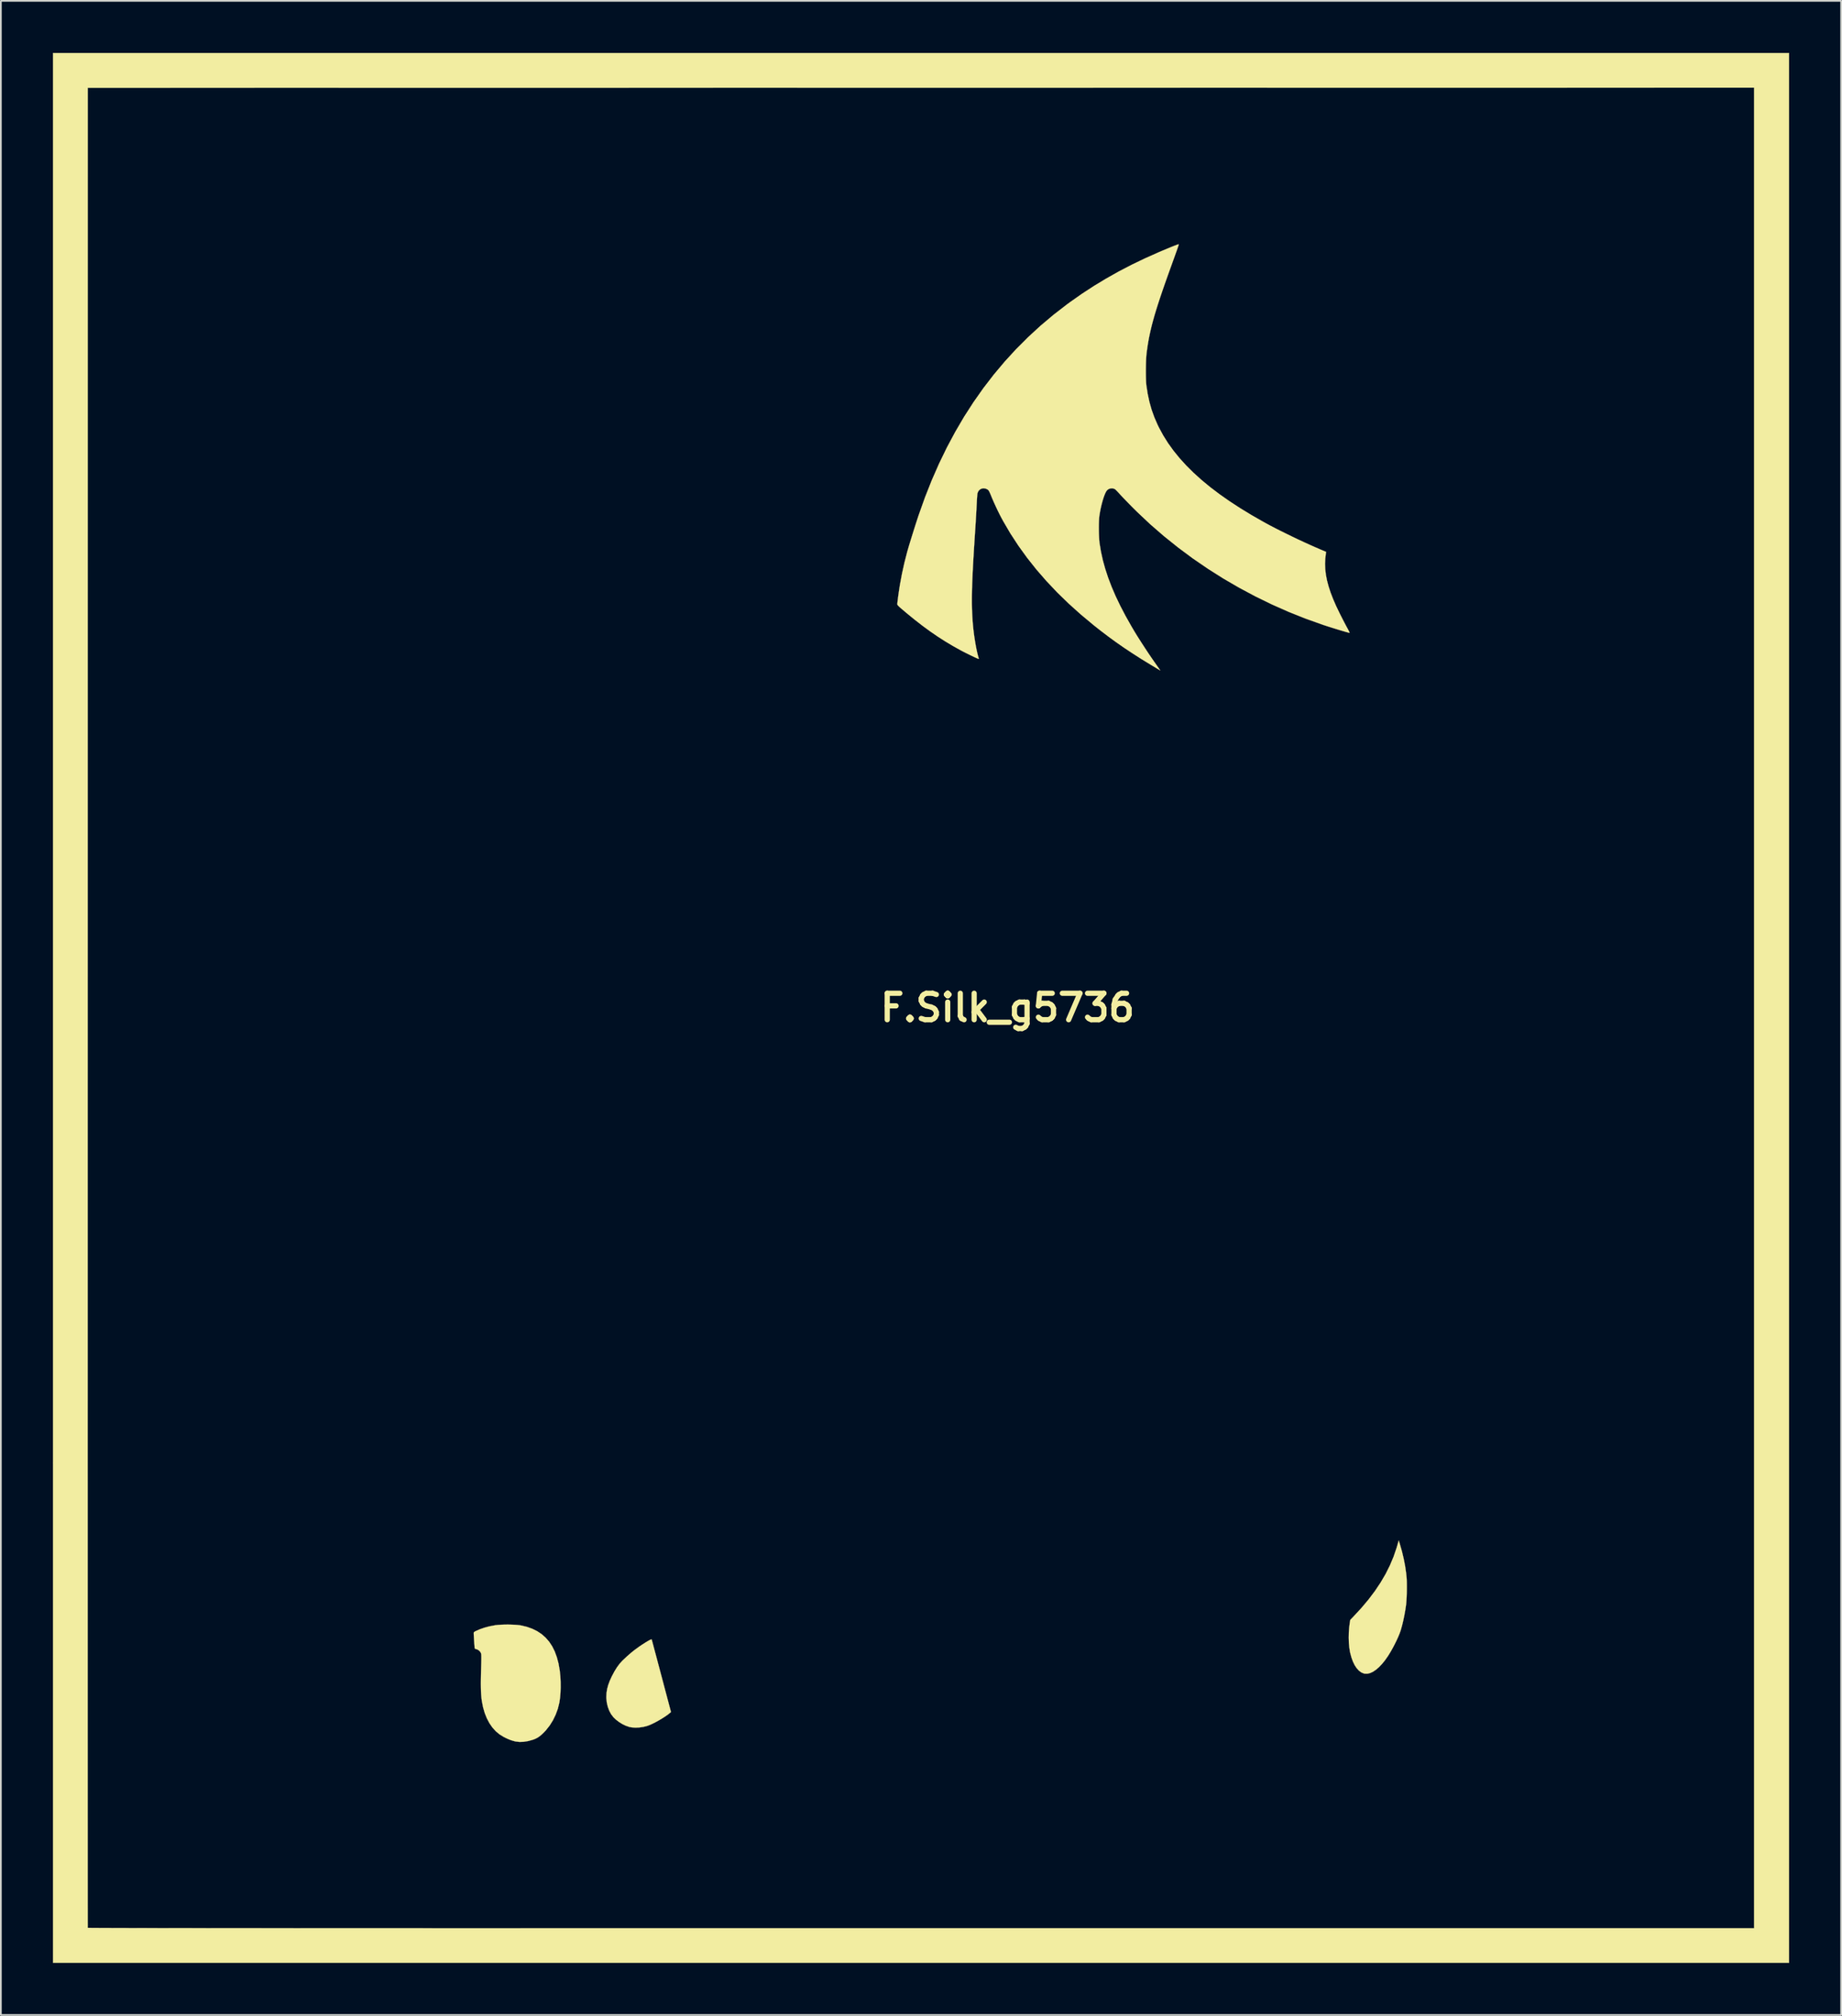
<source format=kicad_pcb>
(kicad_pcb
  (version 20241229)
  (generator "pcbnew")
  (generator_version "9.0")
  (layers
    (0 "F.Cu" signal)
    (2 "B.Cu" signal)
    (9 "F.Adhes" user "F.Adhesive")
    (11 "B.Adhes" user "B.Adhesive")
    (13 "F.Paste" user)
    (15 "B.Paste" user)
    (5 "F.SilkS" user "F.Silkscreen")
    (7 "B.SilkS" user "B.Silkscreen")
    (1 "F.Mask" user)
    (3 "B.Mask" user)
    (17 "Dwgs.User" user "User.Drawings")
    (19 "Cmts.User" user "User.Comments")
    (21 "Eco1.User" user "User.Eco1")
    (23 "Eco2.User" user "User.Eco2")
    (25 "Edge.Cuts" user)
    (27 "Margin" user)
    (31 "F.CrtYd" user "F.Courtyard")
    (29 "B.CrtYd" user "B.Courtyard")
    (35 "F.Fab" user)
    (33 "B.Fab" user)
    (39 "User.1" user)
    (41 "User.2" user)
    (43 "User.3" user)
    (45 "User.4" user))
  (footprint "F.Silk_g5736"
    (layer "F.Cu")
    (at 54.996 54.996)
    (property "Reference" "F.Silk_g5736" (at 0 0 0) (layer "F.SilkS") (effects (font (size 1.524 1.524) (thickness 0.3))))
    (attr through_hole)
    (fp_poly (pts (xy -20.501 36.39) (xy -20.494 36.414) (xy -20.477 36.476) (xy -20.451 36.573) (xy -20.416 36.703) (xy -20.374 36.863) (xy -20.324 37.05) (xy -20.267 37.261) (xy -20.205 37.494) (xy -20.139 37.746) (xy -20.067 38.013) (xy -19.993 38.294) (xy -19.94 38.492) (xy -19.39 40.566) (xy -19.458 40.625) (xy -19.578 40.721) (xy -19.728 40.825) (xy -19.899 40.934) (xy -20.081 41.042) (xy -20.266 41.144) (xy -20.444 41.235) (xy -20.607 41.309) (xy -20.739 41.359) (xy -20.969 41.42) (xy -21.207 41.456) (xy -21.442 41.466) (xy -21.662 41.45) (xy -21.802 41.422) (xy -21.992 41.356) (xy -22.19 41.26) (xy -22.384 41.139) (xy -22.563 41.002) (xy -22.706 40.864) (xy -22.837 40.693) (xy -22.945 40.492) (xy -23.029 40.268) (xy -23.085 40.029) (xy -23.112 39.783) (xy -23.114 39.699) (xy -23.103 39.469) (xy -23.068 39.243) (xy -23.007 39.015) (xy -22.918 38.774) (xy -22.8 38.515) (xy -22.794 38.504) (xy -22.647 38.227) (xy -22.499 37.988) (xy -22.347 37.783) (xy -22.188 37.608) (xy -22.169 37.59) (xy -21.924 37.359) (xy -21.691 37.156) (xy -21.459 36.972) (xy -21.219 36.798) (xy -21.039 36.677) (xy -20.867 36.567) (xy -20.728 36.483) (xy -20.621 36.424) (xy -20.548 36.391) (xy -20.508 36.384) (xy -20.501 36.39)) (stroke (width 0.01) (type solid)) (fill yes) (layer "F.SilkS"))
    (fp_poly (pts (xy 22.606 30.904) (xy 22.724 31.318) (xy 22.824 31.739) (xy 22.905 32.158) (xy 22.963 32.561) (xy 22.988 32.804) (xy 22.997 32.948) (xy 23.002 33.122) (xy 23.004 33.318) (xy 23.003 33.526) (xy 22.999 33.736) (xy 22.992 33.94) (xy 22.982 34.129) (xy 22.97 34.293) (xy 22.957 34.412) (xy 22.913 34.707) (xy 22.859 35.007) (xy 22.798 35.3) (xy 22.731 35.577) (xy 22.662 35.825) (xy 22.637 35.904) (xy 22.581 36.058) (xy 22.506 36.238) (xy 22.415 36.437) (xy 22.313 36.645) (xy 22.204 36.854) (xy 22.092 37.055) (xy 21.981 37.24) (xy 21.919 37.338) (xy 21.747 37.584) (xy 21.573 37.798) (xy 21.399 37.981) (xy 21.227 38.129) (xy 21.059 38.242) (xy 20.896 38.32) (xy 20.74 38.359) (xy 20.594 38.36) (xy 20.531 38.347) (xy 20.383 38.285) (xy 20.245 38.183) (xy 20.118 38.044) (xy 20.002 37.871) (xy 19.901 37.664) (xy 19.814 37.426) (xy 19.743 37.16) (xy 19.728 37.09) (xy 19.69 36.847) (xy 19.666 36.576) (xy 19.657 36.287) (xy 19.663 35.993) (xy 19.683 35.705) (xy 19.716 35.442) (xy 19.746 35.26) (xy 19.943 35.055) (xy 20.392 34.569) (xy 20.8 34.084) (xy 21.166 33.598) (xy 21.493 33.11) (xy 21.78 32.619) (xy 22.029 32.123) (xy 22.24 31.622) (xy 22.413 31.115) (xy 22.447 31) (xy 22.538 30.683) (xy 22.606 30.904)) (stroke (width 0.01) (type solid)) (fill yes) (layer "F.SilkS"))
    (fp_poly (pts (xy -28.582 35.533) (xy -28.388 35.541) (xy -28.214 35.554) (xy -28.07 35.572) (xy -28.046 35.576) (xy -27.702 35.657) (xy -27.387 35.768) (xy -27.1 35.909) (xy -26.842 36.08) (xy -26.612 36.283) (xy -26.409 36.517) (xy -26.234 36.782) (xy -26.086 37.08) (xy -25.965 37.41) (xy -25.869 37.773) (xy -25.8 38.17) (xy -25.794 38.216) (xy -25.764 38.514) (xy -25.748 38.825) (xy -25.745 39.138) (xy -25.756 39.444) (xy -25.779 39.731) (xy -25.816 39.99) (xy -25.824 40.033) (xy -25.91 40.381) (xy -26.034 40.719) (xy -26.19 41.04) (xy -26.377 41.34) (xy -26.591 41.612) (xy -26.722 41.751) (xy -26.854 41.876) (xy -26.972 41.973) (xy -27.086 42.048) (xy -27.206 42.109) (xy -27.342 42.161) (xy -27.355 42.165) (xy -27.62 42.239) (xy -27.875 42.28) (xy -28.116 42.288) (xy -28.338 42.263) (xy -28.405 42.247) (xy -28.541 42.209) (xy -28.664 42.167) (xy -28.788 42.116) (xy -28.925 42.051) (xy -29.03 41.998) (xy -29.267 41.852) (xy -29.484 41.671) (xy -29.679 41.455) (xy -29.85 41.207) (xy -29.997 40.929) (xy -30.12 40.622) (xy -30.216 40.288) (xy -30.285 39.929) (xy -30.289 39.899) (xy -30.309 39.742) (xy -30.323 39.57) (xy -30.334 39.38) (xy -30.34 39.167) (xy -30.342 38.926) (xy -30.34 38.655) (xy -30.334 38.347) (xy -30.329 38.159) (xy -30.323 37.927) (xy -30.318 37.733) (xy -30.315 37.574) (xy -30.314 37.448) (xy -30.315 37.35) (xy -30.317 37.278) (xy -30.322 37.227) (xy -30.328 37.194) (xy -30.328 37.193) (xy -30.372 37.107) (xy -30.444 37.028) (xy -30.53 36.97) (xy -30.606 36.944) (xy -30.662 36.931) (xy -30.689 36.908) (xy -30.701 36.865) (xy -30.701 36.864) (xy -30.705 36.823) (xy -30.711 36.749) (xy -30.718 36.649) (xy -30.726 36.534) (xy -30.734 36.412) (xy -30.741 36.291) (xy -30.748 36.181) (xy -30.753 36.091) (xy -30.755 36.028) (xy -30.755 36.01) (xy -30.744 35.975) (xy -30.706 35.941) (xy -30.645 35.907) (xy -30.405 35.801) (xy -30.134 35.707) (xy -29.841 35.629) (xy -29.537 35.571) (xy -29.514 35.567) (xy -29.365 35.55) (xy -29.188 35.538) (xy -28.992 35.531) (xy -28.786 35.529) (xy -28.582 35.533)) (stroke (width 0.01) (type solid)) (fill yes) (layer "F.SilkS"))
    (fp_poly (pts (xy 45.022 55.012) (xy -54.991 55.012) (xy -54.991 24.988) (xy -52.998 24.988) (xy -52.998 26.221) (xy -52.997 27.435) (xy -52.997 28.627) (xy -52.997 29.798) (xy -52.997 30.947) (xy -52.997 32.074) (xy -52.997 33.178) (xy -52.997 34.258) (xy -52.997 35.314) (xy -52.997 36.346) (xy -52.997 37.352) (xy -52.997 38.332) (xy -52.997 39.286) (xy -52.997 40.213) (xy -52.997 41.112) (xy -52.997 41.984) (xy -52.996 42.827) (xy -52.996 43.64) (xy -52.996 44.424) (xy -52.996 45.177) (xy -52.996 45.899) (xy -52.996 46.59) (xy -52.995 47.249) (xy -52.995 47.876) (xy -52.995 48.469) (xy -52.995 49.028) (xy -52.995 49.553) (xy -52.995 50.043) (xy -52.994 50.497) (xy -52.994 50.916) (xy -52.994 51.298) (xy -52.994 51.643) (xy -52.993 51.95) (xy -52.993 52.219) (xy -52.993 52.449) (xy -52.993 52.639) (xy -52.992 52.79) (xy -52.992 52.9) (xy -52.992 52.968) (xy -52.992 52.996) (xy -52.992 52.996) (xy -52.984 52.997) (xy -52.962 52.998) (xy -52.925 52.999) (xy -52.872 53) (xy -52.804 53.001) (xy -52.719 53.002) (xy -52.617 53.002) (xy -52.498 53.003) (xy -52.361 53.004) (xy -52.207 53.005) (xy -52.033 53.006) (xy -51.841 53.006) (xy -51.629 53.007) (xy -51.398 53.008) (xy -51.146 53.008) (xy -50.873 53.009) (xy -50.579 53.01) (xy -50.263 53.01) (xy -49.925 53.011) (xy -49.565 53.012) (xy -49.182 53.012) (xy -48.775 53.013) (xy -48.345 53.013) (xy -47.89 53.014) (xy -47.41 53.014) (xy -46.906 53.015) (xy -46.375 53.015) (xy -45.819 53.016) (xy -45.236 53.016) (xy -44.626 53.016) (xy -43.988 53.017) (xy -43.323 53.017) (xy -42.63 53.018) (xy -41.908 53.018) (xy -41.156 53.018) (xy -40.375 53.019) (xy -39.565 53.019) (xy -38.723 53.019) (xy -37.851 53.019) (xy -36.947 53.02) (xy -36.011 53.02) (xy -35.044 53.02) (xy -34.043 53.02) (xy -33.009 53.021) (xy -31.942 53.021) (xy -30.841 53.021) (xy -29.705 53.021) (xy -28.535 53.021) (xy -27.329 53.022) (xy -26.087 53.022) (xy -24.809 53.022) (xy -23.495 53.022) (xy -22.143 53.022) (xy -20.754 53.022) (xy -19.327 53.022) (xy -17.861 53.022) (xy -16.356 53.022) (xy -14.813 53.022) (xy -13.229 53.022) (xy -11.605 53.022) (xy -9.941 53.022) (xy -8.235 53.022) (xy -6.488 53.022) (xy -4.985 53.023) (xy 43.011 53.023) (xy 43.011 -53.001) (xy -4.99 -52.996) (xy -52.991 -52.991) (xy -52.996 -0.011) (xy -52.996 1.489) (xy -52.996 2.978) (xy -52.997 4.456) (xy -52.997 5.924) (xy -52.997 7.38) (xy -52.997 8.824) (xy -52.997 10.254) (xy -52.997 11.672) (xy -52.997 13.076) (xy -52.997 14.465) (xy -52.997 15.839) (xy -52.997 17.197) (xy -52.997 18.54) (xy -52.997 19.865) (xy -52.997 21.173) (xy -52.997 22.464) (xy -52.998 23.735) (xy -52.998 24.988) (xy -54.991 24.988) (xy -54.991 -54.991) (xy 45.022 -54.991) (xy 45.022 55.012)) (stroke (width 0.01) (type solid)) (fill yes) (layer "F.SilkS"))
    (fp_poly (pts (xy 9.86 -43.971) (xy 9.86 -43.96) (xy 9.856 -43.941) (xy 9.848 -43.911) (xy 9.834 -43.867) (xy 9.814 -43.806) (xy 9.786 -43.726) (xy 9.751 -43.624) (xy 9.705 -43.496) (xy 9.65 -43.341) (xy 9.583 -43.155) (xy 9.504 -42.936) (xy 9.412 -42.68) (xy 9.382 -42.598) (xy 9.21 -42.118) (xy 9.053 -41.675) (xy 8.911 -41.264) (xy 8.783 -40.884) (xy 8.667 -40.53) (xy 8.563 -40.2) (xy 8.47 -39.892) (xy 8.388 -39.601) (xy 8.314 -39.324) (xy 8.25 -39.06) (xy 8.193 -38.804) (xy 8.142 -38.554) (xy 8.098 -38.307) (xy 8.059 -38.059) (xy 8.024 -37.807) (xy 8.008 -37.677) (xy 7.995 -37.546) (xy 7.985 -37.383) (xy 7.977 -37.197) (xy 7.972 -36.994) (xy 7.969 -36.784) (xy 7.969 -36.574) (xy 7.971 -36.372) (xy 7.976 -36.186) (xy 7.983 -36.023) (xy 7.993 -35.892) (xy 7.997 -35.856) (xy 8.074 -35.359) (xy 8.175 -34.889) (xy 8.302 -34.44) (xy 8.459 -34.004) (xy 8.647 -33.573) (xy 8.723 -33.418) (xy 8.967 -32.967) (xy 9.246 -32.523) (xy 9.56 -32.087) (xy 9.909 -31.657) (xy 10.294 -31.233) (xy 10.716 -30.814) (xy 11.175 -30.4) (xy 11.672 -29.989) (xy 12.208 -29.583) (xy 12.783 -29.179) (xy 13.399 -28.777) (xy 14.056 -28.377) (xy 14.754 -27.978) (xy 14.87 -27.914) (xy 15.124 -27.777) (xy 15.41 -27.628) (xy 15.721 -27.47) (xy 16.051 -27.307) (xy 16.391 -27.141) (xy 16.735 -26.977) (xy 17.076 -26.818) (xy 17.407 -26.667) (xy 17.72 -26.528) (xy 18.009 -26.403) (xy 18.354 -26.257) (xy 18.341 -26.173) (xy 18.305 -25.869) (xy 18.292 -25.565) (xy 18.304 -25.256) (xy 18.341 -24.94) (xy 18.404 -24.614) (xy 18.494 -24.274) (xy 18.61 -23.918) (xy 18.756 -23.541) (xy 18.929 -23.143) (xy 19.133 -22.718) (xy 19.164 -22.656) (xy 19.241 -22.504) (xy 19.322 -22.345) (xy 19.403 -22.19) (xy 19.477 -22.049) (xy 19.54 -21.931) (xy 19.565 -21.886) (xy 19.618 -21.788) (xy 19.661 -21.703) (xy 19.692 -21.639) (xy 19.707 -21.602) (xy 19.708 -21.595) (xy 19.681 -21.598) (xy 19.62 -21.613) (xy 19.527 -21.638) (xy 19.409 -21.672) (xy 19.27 -21.713) (xy 19.116 -21.759) (xy 18.95 -21.81) (xy 18.778 -21.863) (xy 18.604 -21.918) (xy 18.434 -21.972) (xy 18.273 -22.024) (xy 18.18 -22.055) (xy 17.183 -22.41) (xy 16.199 -22.802) (xy 15.229 -23.232) (xy 14.275 -23.697) (xy 13.34 -24.197) (xy 12.425 -24.729) (xy 11.532 -25.294) (xy 10.663 -25.89) (xy 9.821 -26.516) (xy 9.007 -27.169) (xy 8.222 -27.85) (xy 7.47 -28.558) (xy 7.271 -28.755) (xy 7.132 -28.894) (xy 6.991 -29.038) (xy 6.855 -29.178) (xy 6.727 -29.31) (xy 6.615 -29.428) (xy 6.524 -29.526) (xy 6.477 -29.577) (xy 6.393 -29.669) (xy 6.315 -29.751) (xy 6.249 -29.817) (xy 6.201 -29.861) (xy 6.18 -29.877) (xy 6.06 -29.918) (xy 5.939 -29.917) (xy 5.824 -29.876) (xy 5.746 -29.82) (xy 5.695 -29.757) (xy 5.64 -29.657) (xy 5.584 -29.525) (xy 5.527 -29.366) (xy 5.472 -29.185) (xy 5.419 -28.988) (xy 5.37 -28.778) (xy 5.327 -28.562) (xy 5.292 -28.344) (xy 5.288 -28.321) (xy 5.276 -28.203) (xy 5.268 -28.052) (xy 5.262 -27.876) (xy 5.26 -27.684) (xy 5.261 -27.486) (xy 5.265 -27.289) (xy 5.273 -27.102) (xy 5.283 -26.935) (xy 5.296 -26.795) (xy 5.3 -26.765) (xy 5.381 -26.274) (xy 5.49 -25.778) (xy 5.63 -25.274) (xy 5.799 -24.76) (xy 6 -24.234) (xy 6.233 -23.695) (xy 6.499 -23.14) (xy 6.799 -22.567) (xy 7.133 -21.974) (xy 7.297 -21.696) (xy 7.431 -21.476) (xy 7.585 -21.231) (xy 7.753 -20.969) (xy 7.928 -20.7) (xy 8.106 -20.431) (xy 8.281 -20.173) (xy 8.447 -19.933) (xy 8.558 -19.775) (xy 8.632 -19.67) (xy 8.697 -19.579) (xy 8.749 -19.505) (xy 8.783 -19.454) (xy 8.797 -19.432) (xy 8.798 -19.431) (xy 8.779 -19.441) (xy 8.728 -19.471) (xy 8.65 -19.517) (xy 8.549 -19.577) (xy 8.431 -19.649) (xy 8.298 -19.728) (xy 8.253 -19.755) (xy 7.713 -20.086) (xy 7.206 -20.41) (xy 6.723 -20.731) (xy 6.258 -21.054) (xy 5.802 -21.387) (xy 5.348 -21.732) (xy 4.964 -22.036) (xy 4.223 -22.653) (xy 3.523 -23.282) (xy 2.864 -23.923) (xy 2.245 -24.576) (xy 1.666 -25.242) (xy 1.127 -25.921) (xy 0.628 -26.612) (xy 0.168 -27.316) (xy -0.251 -28.033) (xy -0.339 -28.193) (xy -0.448 -28.402) (xy -0.564 -28.637) (xy -0.681 -28.885) (xy -0.793 -29.131) (xy -0.893 -29.361) (xy -0.93 -29.452) (xy -0.983 -29.58) (xy -1.024 -29.675) (xy -1.058 -29.743) (xy -1.088 -29.791) (xy -1.118 -29.825) (xy -1.152 -29.851) (xy -1.172 -29.864) (xy -1.284 -29.911) (xy -1.399 -29.921) (xy -1.508 -29.897) (xy -1.604 -29.842) (xy -1.68 -29.758) (xy -1.728 -29.65) (xy -1.734 -29.625) (xy -1.741 -29.574) (xy -1.749 -29.488) (xy -1.757 -29.373) (xy -1.766 -29.239) (xy -1.773 -29.091) (xy -1.778 -28.988) (xy -1.785 -28.857) (xy -1.793 -28.691) (xy -1.804 -28.497) (xy -1.817 -28.281) (xy -1.83 -28.051) (xy -1.845 -27.813) (xy -1.86 -27.574) (xy -1.874 -27.369) (xy -1.908 -26.836) (xy -1.939 -26.343) (xy -1.966 -25.886) (xy -1.99 -25.464) (xy -2.009 -25.074) (xy -2.025 -24.712) (xy -2.038 -24.377) (xy -2.047 -24.065) (xy -2.052 -23.774) (xy -2.054 -23.501) (xy -2.053 -23.244) (xy -2.048 -23) (xy -2.04 -22.766) (xy -2.029 -22.54) (xy -2.015 -22.319) (xy -1.998 -22.1) (xy -1.978 -21.886) (xy -1.951 -21.65) (xy -1.919 -21.405) (xy -1.881 -21.158) (xy -1.841 -20.916) (xy -1.798 -20.688) (xy -1.754 -20.482) (xy -1.711 -20.305) (xy -1.683 -20.205) (xy -1.666 -20.145) (xy -1.658 -20.104) (xy -1.659 -20.093) (xy -1.681 -20.098) (xy -1.736 -20.12) (xy -1.817 -20.155) (xy -1.92 -20.202) (xy -2.038 -20.258) (xy -2.167 -20.32) (xy -2.301 -20.386) (xy -2.434 -20.452) (xy -2.561 -20.517) (xy -2.677 -20.578) (xy -2.694 -20.587) (xy -3.143 -20.837) (xy -3.582 -21.099) (xy -4.016 -21.377) (xy -4.449 -21.674) (xy -4.887 -21.994) (xy -5.334 -22.341) (xy -5.796 -22.717) (xy -6.101 -22.975) (xy -6.202 -23.062) (xy -6.272 -23.128) (xy -6.318 -23.177) (xy -6.343 -23.213) (xy -6.35 -23.24) (xy -6.35 -23.241) (xy -6.347 -23.293) (xy -6.338 -23.38) (xy -6.324 -23.495) (xy -6.307 -23.631) (xy -6.287 -23.78) (xy -6.264 -23.937) (xy -6.241 -24.093) (xy -6.218 -24.243) (xy -6.202 -24.344) (xy -6.082 -24.992) (xy -5.941 -25.63) (xy -5.782 -26.247) (xy -5.666 -26.649) (xy -5.533 -27.081) (xy -5.411 -27.473) (xy -5.298 -27.828) (xy -5.194 -28.147) (xy -5.119 -28.374) (xy -4.756 -29.394) (xy -4.364 -30.384) (xy -3.943 -31.343) (xy -3.492 -32.272) (xy -3.011 -33.17) (xy -2.502 -34.039) (xy -1.962 -34.877) (xy -1.393 -35.686) (xy -0.794 -36.464) (xy -0.165 -37.213) (xy 0.494 -37.933) (xy 1.183 -38.622) (xy 1.902 -39.283) (xy 2.651 -39.914) (xy 3.43 -40.516) (xy 3.595 -40.637) (xy 4.274 -41.114) (xy 4.966 -41.566) (xy 5.676 -41.996) (xy 6.406 -42.407) (xy 7.162 -42.8) (xy 7.948 -43.177) (xy 8.768 -43.542) (xy 9.405 -43.808) (xy 9.533 -43.859) (xy 9.647 -43.904) (xy 9.742 -43.939) (xy 9.812 -43.964) (xy 9.851 -43.976) (xy 9.857 -43.977) (xy 9.86 -43.971)) (stroke (width 0.01) (type solid)) (fill yes) (layer "F.SilkS")))
  (gr_rect
    (start -3 -3)
    (end 103.022 113.013)
    (stroke (width 0.1) (type default))
    (fill no)
    (layer "Edge.Cuts")))
</source>
